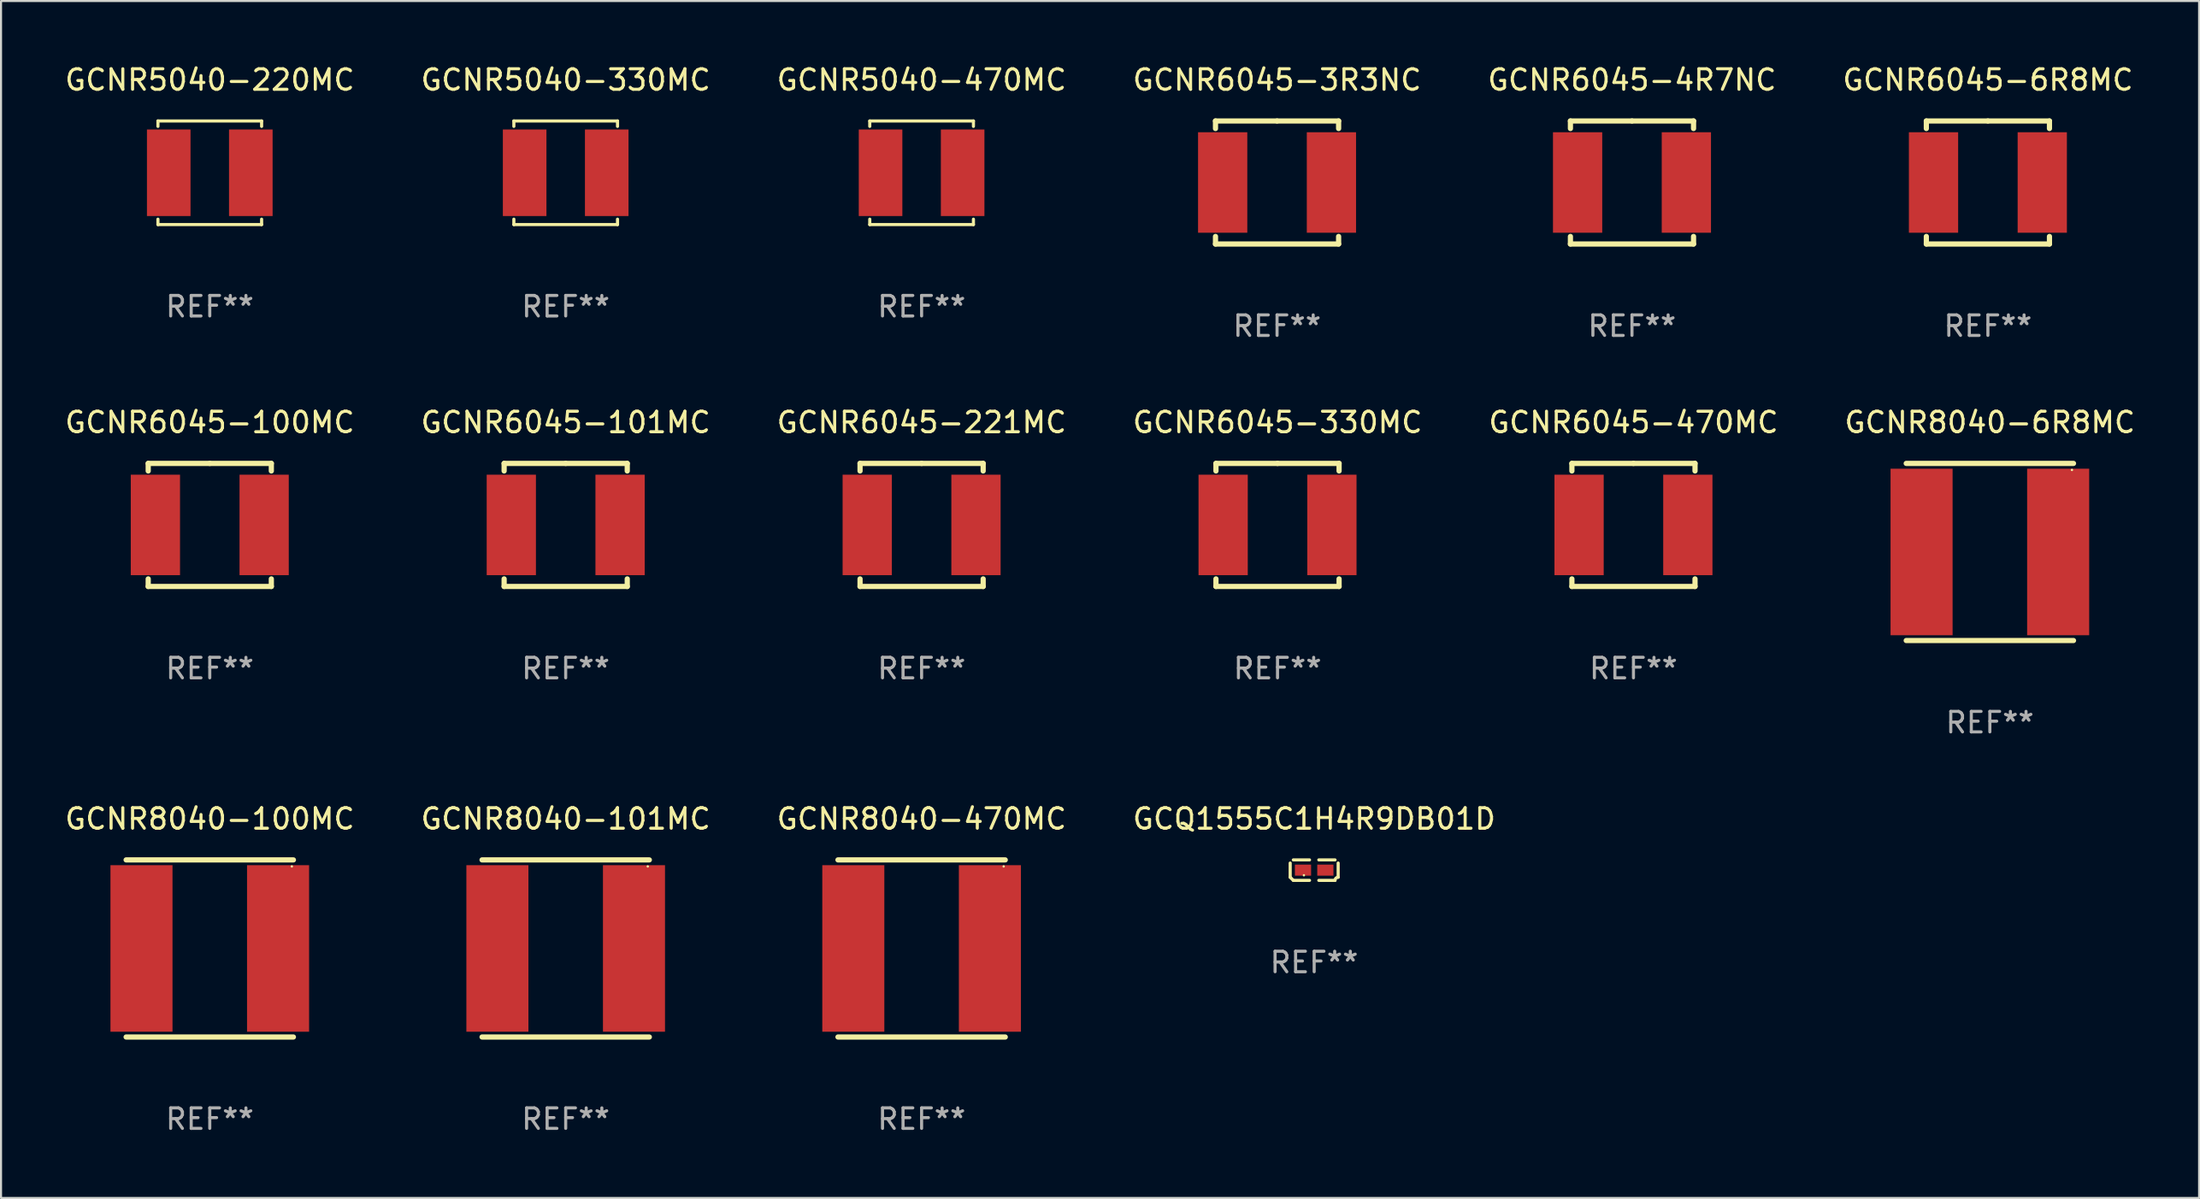
<source format=kicad_pcb>
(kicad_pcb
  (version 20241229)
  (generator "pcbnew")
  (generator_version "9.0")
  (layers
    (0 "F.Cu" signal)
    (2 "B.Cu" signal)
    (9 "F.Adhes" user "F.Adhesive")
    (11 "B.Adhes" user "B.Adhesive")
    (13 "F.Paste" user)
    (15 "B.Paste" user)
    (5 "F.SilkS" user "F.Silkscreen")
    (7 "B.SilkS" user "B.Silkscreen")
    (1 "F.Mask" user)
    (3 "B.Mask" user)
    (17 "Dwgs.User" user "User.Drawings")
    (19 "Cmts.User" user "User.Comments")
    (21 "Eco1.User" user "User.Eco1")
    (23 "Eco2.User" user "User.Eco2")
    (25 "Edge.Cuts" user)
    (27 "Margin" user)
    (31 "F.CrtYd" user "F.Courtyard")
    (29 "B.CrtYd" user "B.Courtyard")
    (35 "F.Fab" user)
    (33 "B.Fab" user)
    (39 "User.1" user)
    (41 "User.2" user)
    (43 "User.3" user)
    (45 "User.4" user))
  (footprint "GCNR6045-4R7NC"
    (layer "F.Cu")
    (at 76.482 5.848)
    (property "Reference" "GCNR6045-4R7NC" (at 0 -5 0) (layer "F.SilkS") (effects (font (size 1 1) (thickness 0.15))))
    (attr through_hole)
    (fp_line (start -3 -3) (end 0 -3) (stroke (width 0.254) (type solid)) (layer "F.SilkS"))
    (fp_line (start -3 -2.631) (end -3 -3) (stroke (width 0.254) (type solid)) (layer "F.SilkS"))
    (fp_line (start -3 3) (end -3 2.631) (stroke (width 0.254) (type solid)) (layer "F.SilkS"))
    (fp_line (start 0 -3) (end 3 -3) (stroke (width 0.254) (type solid)) (layer "F.SilkS"))
    (fp_line (start 3 -3) (end 3 -2.631) (stroke (width 0.254) (type solid)) (layer "F.SilkS"))
    (fp_line (start 3 2.631) (end 3 3) (stroke (width 0.254) (type solid)) (layer "F.SilkS"))
    (fp_line (start 3 3) (end -3 3) (stroke (width 0.254) (type solid)) (layer "F.SilkS"))
    (fp_circle (center -3 3) (end -2.97 3) (stroke (width 0.06) (type solid)) (fill no) (layer "F.SilkS"))
    (fp_text user "REF**" (at 0 7 0) (layer "F.Fab") (effects (font (size 1 1) (thickness 0.15))))
    (pad "1" smd rect (at -2.65 0) (size 2.4 4.9) (layers "F.Cu" "F.Mask" "F.Paste"))
    (pad "2" smd rect (at 2.65 0) (size 2.4 4.9) (layers "F.Cu" "F.Mask" "F.Paste")))
  (footprint "GCNR8040-470MC"
    (layer "F.Cu")
    (at 41.863 43.195)
    (property "Reference" "GCNR8040-470MC" (at 0 -6.318 0) (layer "F.SilkS") (effects (font (size 1 1) (thickness 0.15))))
    (attr through_hole)
    (fp_line (start -4.076 -4.318) (end 4.076 -4.318) (stroke (width 0.254) (type solid)) (layer "F.SilkS"))
    (fp_line (start -4.076 4.318) (end 4.076 4.318) (stroke (width 0.254) (type solid)) (layer "F.SilkS"))
    (fp_circle (center 4 -4) (end 4.03 -4) (stroke (width 0.06) (type solid)) (fill no) (layer "F.SilkS"))
    (fp_text user "REF**" (at 0 8.318 0) (layer "F.Fab") (effects (font (size 1 1) (thickness 0.15))))
    (pad "1" smd rect (at 3.328 0) (size 3.024 8.12) (layers "F.Cu" "F.Mask" "F.Paste"))
    (pad "2" smd rect (at -3.328 0) (size 3.024 8.12) (layers "F.Cu" "F.Mask" "F.Paste")))
  (footprint "GCNR6045-3R3NC"
    (layer "F.Cu")
    (at 59.185 5.848)
    (property "Reference" "GCNR6045-3R3NC" (at 0 -5 0) (layer "F.SilkS") (effects (font (size 1 1) (thickness 0.15))))
    (attr through_hole)
    (fp_line (start -3 -3) (end 0 -3) (stroke (width 0.254) (type solid)) (layer "F.SilkS"))
    (fp_line (start -3 -2.631) (end -3 -3) (stroke (width 0.254) (type solid)) (layer "F.SilkS"))
    (fp_line (start -3 3) (end -3 2.631) (stroke (width 0.254) (type solid)) (layer "F.SilkS"))
    (fp_line (start 0 -3) (end 3 -3) (stroke (width 0.254) (type solid)) (layer "F.SilkS"))
    (fp_line (start 3 -3) (end 3 -2.631) (stroke (width 0.254) (type solid)) (layer "F.SilkS"))
    (fp_line (start 3 2.631) (end 3 3) (stroke (width 0.254) (type solid)) (layer "F.SilkS"))
    (fp_line (start 3 3) (end -3 3) (stroke (width 0.254) (type solid)) (layer "F.SilkS"))
    (fp_circle (center -3 3) (end -2.97 3) (stroke (width 0.06) (type solid)) (fill no) (layer "F.SilkS"))
    (fp_text user "REF**" (at 0 7 0) (layer "F.Fab") (effects (font (size 1 1) (thickness 0.15))))
    (pad "1" smd rect (at -2.65 0) (size 2.4 4.9) (layers "F.Cu" "F.Mask" "F.Paste"))
    (pad "2" smd rect (at 2.65 0) (size 2.4 4.9) (layers "F.Cu" "F.Mask" "F.Paste")))
  (footprint "GCNR6045-101MC"
    (layer "F.Cu")
    (at 24.518 22.545)
    (property "Reference" "GCNR6045-101MC" (at 0 -5 0) (layer "F.SilkS") (effects (font (size 1 1) (thickness 0.15))))
    (attr through_hole)
    (fp_line (start -3 -3) (end 0 -3) (stroke (width 0.254) (type solid)) (layer "F.SilkS"))
    (fp_line (start -3 -2.631) (end -3 -3) (stroke (width 0.254) (type solid)) (layer "F.SilkS"))
    (fp_line (start -3 3) (end -3 2.631) (stroke (width 0.254) (type solid)) (layer "F.SilkS"))
    (fp_line (start 0 -3) (end 3 -3) (stroke (width 0.254) (type solid)) (layer "F.SilkS"))
    (fp_line (start 3 -3) (end 3 -2.631) (stroke (width 0.254) (type solid)) (layer "F.SilkS"))
    (fp_line (start 3 2.631) (end 3 3) (stroke (width 0.254) (type solid)) (layer "F.SilkS"))
    (fp_line (start 3 3) (end -3 3) (stroke (width 0.254) (type solid)) (layer "F.SilkS"))
    (fp_circle (center -3 3) (end -2.97 3) (stroke (width 0.06) (type solid)) (fill no) (layer "F.SilkS"))
    (fp_text user "REF**" (at 0 7 0) (layer "F.Fab") (effects (font (size 1 1) (thickness 0.15))))
    (pad "1" smd rect (at -2.65 0) (size 2.4 4.9) (layers "F.Cu" "F.Mask" "F.Paste"))
    (pad "2" smd rect (at 2.65 0) (size 2.4 4.9) (layers "F.Cu" "F.Mask" "F.Paste")))
  (footprint "GCNR5040-330MC"
    (layer "F.Cu")
    (at 24.518 5.374)
    (property "Reference" "GCNR5040-330MC" (at 0 -4.526 0) (layer "F.SilkS") (effects (font (size 1 1) (thickness 0.15))))
    (attr through_hole)
    (fp_line (start -2.526 -2.526) (end 2.526 -2.526) (stroke (width 0.152) (type solid)) (layer "F.SilkS"))
    (fp_line (start -2.526 -2.262) (end -2.526 -2.526) (stroke (width 0.152) (type solid)) (layer "F.SilkS"))
    (fp_line (start -2.526 2.262) (end -2.526 2.526) (stroke (width 0.152) (type solid)) (layer "F.SilkS"))
    (fp_line (start -2.526 2.526) (end 2.526 2.526) (stroke (width 0.152) (type solid)) (layer "F.SilkS"))
    (fp_line (start 2.526 -2.526) (end 2.526 -2.262) (stroke (width 0.152) (type solid)) (layer "F.SilkS"))
    (fp_line (start 2.526 2.526) (end 2.526 2.262) (stroke (width 0.152) (type solid)) (layer "F.SilkS"))
    (fp_circle (center 2.5 -2.5) (end 2.53 -2.5) (stroke (width 0.06) (type solid)) (fill no) (layer "F.SilkS"))
    (fp_text user "REF**" (at 0 6.526 0) (layer "F.Fab") (effects (font (size 1 1) (thickness 0.15))))
    (pad "1" smd rect (at 2 0) (size 2.124 4.22) (layers "F.Cu" "F.Mask" "F.Paste"))
    (pad "2" smd rect (at -2 0) (size 2.124 4.22) (layers "F.Cu" "F.Mask" "F.Paste")))
  (footprint "GCNR5040-220MC"
    (layer "F.Cu")
    (at 7.173 5.374)
    (property "Reference" "GCNR5040-220MC" (at 0 -4.526 0) (layer "F.SilkS") (effects (font (size 1 1) (thickness 0.15))))
    (attr through_hole)
    (fp_line (start -2.526 -2.526) (end 2.526 -2.526) (stroke (width 0.152) (type solid)) (layer "F.SilkS"))
    (fp_line (start -2.526 -2.262) (end -2.526 -2.526) (stroke (width 0.152) (type solid)) (layer "F.SilkS"))
    (fp_line (start -2.526 2.262) (end -2.526 2.526) (stroke (width 0.152) (type solid)) (layer "F.SilkS"))
    (fp_line (start -2.526 2.526) (end 2.526 2.526) (stroke (width 0.152) (type solid)) (layer "F.SilkS"))
    (fp_line (start 2.526 -2.526) (end 2.526 -2.262) (stroke (width 0.152) (type solid)) (layer "F.SilkS"))
    (fp_line (start 2.526 2.526) (end 2.526 2.262) (stroke (width 0.152) (type solid)) (layer "F.SilkS"))
    (fp_circle (center 2.5 -2.5) (end 2.53 -2.5) (stroke (width 0.06) (type solid)) (fill no) (layer "F.SilkS"))
    (fp_text user "REF**" (at 0 6.526 0) (layer "F.Fab") (effects (font (size 1 1) (thickness 0.15))))
    (pad "1" smd rect (at 2 0) (size 2.124 4.22) (layers "F.Cu" "F.Mask" "F.Paste"))
    (pad "2" smd rect (at -2 0) (size 2.124 4.22) (layers "F.Cu" "F.Mask" "F.Paste")))
  (footprint "GCNR8040-100MC"
    (layer "F.Cu")
    (at 7.173 43.195)
    (property "Reference" "GCNR8040-100MC" (at 0 -6.318 0) (layer "F.SilkS") (effects (font (size 1 1) (thickness 0.15))))
    (attr through_hole)
    (fp_line (start -4.076 -4.318) (end 4.076 -4.318) (stroke (width 0.254) (type solid)) (layer "F.SilkS"))
    (fp_line (start -4.076 4.318) (end 4.076 4.318) (stroke (width 0.254) (type solid)) (layer "F.SilkS"))
    (fp_circle (center 4 -4) (end 4.03 -4) (stroke (width 0.06) (type solid)) (fill no) (layer "F.SilkS"))
    (fp_text user "REF**" (at 0 8.318 0) (layer "F.Fab") (effects (font (size 1 1) (thickness 0.15))))
    (pad "1" smd rect (at 3.328 0) (size 3.024 8.12) (layers "F.Cu" "F.Mask" "F.Paste"))
    (pad "2" smd rect (at -3.328 0) (size 3.024 8.12) (layers "F.Cu" "F.Mask" "F.Paste")))
  (footprint "GCNR6045-100MC"
    (layer "F.Cu")
    (at 7.173 22.545)
    (property "Reference" "GCNR6045-100MC" (at 0 -5 0) (layer "F.SilkS") (effects (font (size 1 1) (thickness 0.15))))
    (attr through_hole)
    (fp_line (start -3 -3) (end 0 -3) (stroke (width 0.254) (type solid)) (layer "F.SilkS"))
    (fp_line (start -3 -2.631) (end -3 -3) (stroke (width 0.254) (type solid)) (layer "F.SilkS"))
    (fp_line (start -3 3) (end -3 2.631) (stroke (width 0.254) (type solid)) (layer "F.SilkS"))
    (fp_line (start 0 -3) (end 3 -3) (stroke (width 0.254) (type solid)) (layer "F.SilkS"))
    (fp_line (start 3 -3) (end 3 -2.631) (stroke (width 0.254) (type solid)) (layer "F.SilkS"))
    (fp_line (start 3 2.631) (end 3 3) (stroke (width 0.254) (type solid)) (layer "F.SilkS"))
    (fp_line (start 3 3) (end -3 3) (stroke (width 0.254) (type solid)) (layer "F.SilkS"))
    (fp_circle (center -3 3) (end -2.97 3) (stroke (width 0.06) (type solid)) (fill no) (layer "F.SilkS"))
    (fp_text user "REF**" (at 0 7 0) (layer "F.Fab") (effects (font (size 1 1) (thickness 0.15))))
    (pad "1" smd rect (at -2.65 0) (size 2.4 4.9) (layers "F.Cu" "F.Mask" "F.Paste"))
    (pad "2" smd rect (at 2.65 0) (size 2.4 4.9) (layers "F.Cu" "F.Mask" "F.Paste")))
  (footprint "GCNR6045-6R8MC"
    (layer "F.Cu")
    (at 93.827 5.848)
    (property "Reference" "GCNR6045-6R8MC" (at 0 -5 0) (layer "F.SilkS") (effects (font (size 1 1) (thickness 0.15))))
    (attr through_hole)
    (fp_line (start -3 -3) (end 0 -3) (stroke (width 0.254) (type solid)) (layer "F.SilkS"))
    (fp_line (start -3 -2.631) (end -3 -3) (stroke (width 0.254) (type solid)) (layer "F.SilkS"))
    (fp_line (start -3 3) (end -3 2.631) (stroke (width 0.254) (type solid)) (layer "F.SilkS"))
    (fp_line (start 0 -3) (end 3 -3) (stroke (width 0.254) (type solid)) (layer "F.SilkS"))
    (fp_line (start 3 -3) (end 3 -2.631) (stroke (width 0.254) (type solid)) (layer "F.SilkS"))
    (fp_line (start 3 2.631) (end 3 3) (stroke (width 0.254) (type solid)) (layer "F.SilkS"))
    (fp_line (start 3 3) (end -3 3) (stroke (width 0.254) (type solid)) (layer "F.SilkS"))
    (fp_circle (center -3 3) (end -2.97 3) (stroke (width 0.06) (type solid)) (fill no) (layer "F.SilkS"))
    (fp_text user "REF**" (at 0 7 0) (layer "F.Fab") (effects (font (size 1 1) (thickness 0.15))))
    (pad "1" smd rect (at -2.65 0) (size 2.4 4.9) (layers "F.Cu" "F.Mask" "F.Paste"))
    (pad "2" smd rect (at 2.65 0) (size 2.4 4.9) (layers "F.Cu" "F.Mask" "F.Paste")))
  (footprint "GCNR6045-221MC"
    (layer "F.Cu")
    (at 41.863 22.545)
    (property "Reference" "GCNR6045-221MC" (at 0 -5 0) (layer "F.SilkS") (effects (font (size 1 1) (thickness 0.15))))
    (attr through_hole)
    (fp_line (start -3 -3) (end 0 -3) (stroke (width 0.254) (type solid)) (layer "F.SilkS"))
    (fp_line (start -3 -2.631) (end -3 -3) (stroke (width 0.254) (type solid)) (layer "F.SilkS"))
    (fp_line (start -3 3) (end -3 2.631) (stroke (width 0.254) (type solid)) (layer "F.SilkS"))
    (fp_line (start 0 -3) (end 3 -3) (stroke (width 0.254) (type solid)) (layer "F.SilkS"))
    (fp_line (start 3 -3) (end 3 -2.631) (stroke (width 0.254) (type solid)) (layer "F.SilkS"))
    (fp_line (start 3 2.631) (end 3 3) (stroke (width 0.254) (type solid)) (layer "F.SilkS"))
    (fp_line (start 3 3) (end -3 3) (stroke (width 0.254) (type solid)) (layer "F.SilkS"))
    (fp_circle (center -3 3) (end -2.97 3) (stroke (width 0.06) (type solid)) (fill no) (layer "F.SilkS"))
    (fp_text user "REF**" (at 0 7 0) (layer "F.Fab") (effects (font (size 1 1) (thickness 0.15))))
    (pad "1" smd rect (at -2.65 0) (size 2.4 4.9) (layers "F.Cu" "F.Mask" "F.Paste"))
    (pad "2" smd rect (at 2.65 0) (size 2.4 4.9) (layers "F.Cu" "F.Mask" "F.Paste")))
  (footprint "GCNR6045-330MC"
    (layer "F.Cu")
    (at 59.208 22.545)
    (property "Reference" "GCNR6045-330MC" (at 0 -5 0) (layer "F.SilkS") (effects (font (size 1 1) (thickness 0.15))))
    (attr through_hole)
    (fp_line (start -3 -3) (end 0 -3) (stroke (width 0.254) (type solid)) (layer "F.SilkS"))
    (fp_line (start -3 -2.631) (end -3 -3) (stroke (width 0.254) (type solid)) (layer "F.SilkS"))
    (fp_line (start -3 3) (end -3 2.631) (stroke (width 0.254) (type solid)) (layer "F.SilkS"))
    (fp_line (start 0 -3) (end 3 -3) (stroke (width 0.254) (type solid)) (layer "F.SilkS"))
    (fp_line (start 3 -3) (end 3 -2.631) (stroke (width 0.254) (type solid)) (layer "F.SilkS"))
    (fp_line (start 3 2.631) (end 3 3) (stroke (width 0.254) (type solid)) (layer "F.SilkS"))
    (fp_line (start 3 3) (end -3 3) (stroke (width 0.254) (type solid)) (layer "F.SilkS"))
    (fp_circle (center -3 3) (end -2.97 3) (stroke (width 0.06) (type solid)) (fill no) (layer "F.SilkS"))
    (fp_text user "REF**" (at 0 7 0) (layer "F.Fab") (effects (font (size 1 1) (thickness 0.15))))
    (pad "1" smd rect (at -2.65 0) (size 2.4 4.9) (layers "F.Cu" "F.Mask" "F.Paste"))
    (pad "2" smd rect (at 2.65 0) (size 2.4 4.9) (layers "F.Cu" "F.Mask" "F.Paste")))
  (footprint "GCNR6045-470MC"
    (layer "F.Cu")
    (at 76.554 22.545)
    (property "Reference" "GCNR6045-470MC" (at 0 -5 0) (layer "F.SilkS") (effects (font (size 1 1) (thickness 0.15))))
    (attr through_hole)
    (fp_line (start -3 -3) (end 0 -3) (stroke (width 0.254) (type solid)) (layer "F.SilkS"))
    (fp_line (start -3 -2.631) (end -3 -3) (stroke (width 0.254) (type solid)) (layer "F.SilkS"))
    (fp_line (start -3 3) (end -3 2.631) (stroke (width 0.254) (type solid)) (layer "F.SilkS"))
    (fp_line (start 0 -3) (end 3 -3) (stroke (width 0.254) (type solid)) (layer "F.SilkS"))
    (fp_line (start 3 -3) (end 3 -2.631) (stroke (width 0.254) (type solid)) (layer "F.SilkS"))
    (fp_line (start 3 2.631) (end 3 3) (stroke (width 0.254) (type solid)) (layer "F.SilkS"))
    (fp_line (start 3 3) (end -3 3) (stroke (width 0.254) (type solid)) (layer "F.SilkS"))
    (fp_circle (center -3 3) (end -2.97 3) (stroke (width 0.06) (type solid)) (fill no) (layer "F.SilkS"))
    (fp_text user "REF**" (at 0 7 0) (layer "F.Fab") (effects (font (size 1 1) (thickness 0.15))))
    (pad "1" smd rect (at -2.65 0) (size 2.4 4.9) (layers "F.Cu" "F.Mask" "F.Paste"))
    (pad "2" smd rect (at 2.65 0) (size 2.4 4.9) (layers "F.Cu" "F.Mask" "F.Paste")))
  (footprint "GCNR8040-101MC"
    (layer "F.Cu")
    (at 24.518 43.195)
    (property "Reference" "GCNR8040-101MC" (at 0 -6.318 0) (layer "F.SilkS") (effects (font (size 1 1) (thickness 0.15))))
    (attr through_hole)
    (fp_line (start -4.076 -4.318) (end 4.076 -4.318) (stroke (width 0.254) (type solid)) (layer "F.SilkS"))
    (fp_line (start -4.076 4.318) (end 4.076 4.318) (stroke (width 0.254) (type solid)) (layer "F.SilkS"))
    (fp_circle (center 4 -4) (end 4.03 -4) (stroke (width 0.06) (type solid)) (fill no) (layer "F.SilkS"))
    (fp_text user "REF**" (at 0 8.318 0) (layer "F.Fab") (effects (font (size 1 1) (thickness 0.15))))
    (pad "1" smd rect (at 3.328 0) (size 3.024 8.12) (layers "F.Cu" "F.Mask" "F.Paste"))
    (pad "2" smd rect (at -3.328 0) (size 3.024 8.12) (layers "F.Cu" "F.Mask" "F.Paste")))
  (footprint "GCQ1555C1H4R9DB01D"
    (layer "F.Cu")
    (at 60.994 39.376)
    (property "Reference" "GCQ1555C1H4R9DB01D" (at 0 -2.499 0) (layer "F.SilkS") (effects (font (size 1 1) (thickness 0.15))))
    (attr through_hole)
    (fp_line (start -1.169 0.346) (end -1.169 -0.346) (stroke (width 0.152) (type solid)) (layer "F.SilkS"))
    (fp_line (start -1.016 -0.499) (end -0.226 -0.499) (stroke (width 0.152) (type solid)) (layer "F.SilkS"))
    (fp_line (start -0.226 0.499) (end -1.016 0.499) (stroke (width 0.152) (type solid)) (layer "F.SilkS"))
    (fp_line (start 0.226 0.499) (end 1.016 0.499) (stroke (width 0.152) (type solid)) (layer "F.SilkS"))
    (fp_line (start 1.016 -0.499) (end 0.226 -0.499) (stroke (width 0.152) (type solid)) (layer "F.SilkS"))
    (fp_line (start 1.169 0.346) (end 1.169 -0.346) (stroke (width 0.152) (type solid)) (layer "F.SilkS"))
    (fp_arc (start -1.016307 0.498603) (mid -1.092512 0.422405) (end -1.16871 0.3462) (stroke (width 0.1524) (type solid)) (layer "F.SilkS"))
    (fp_arc (start 1.016307 0.498603) (mid 1.060899 0.390758) (end 1.168707 0.346076) (stroke (width 0.1524) (type solid)) (layer "F.SilkS"))
    (fp_circle (center -0.5 0.25) (end -0.47 0.25) (stroke (width 0.06) (type solid)) (fill no) (layer "F.SilkS"))
    (fp_text user "REF**" (at 0 4.499 0) (layer "F.Fab") (effects (font (size 1 1) (thickness 0.15))))
    (pad "1" smd rect (at -0.545 0) (size 0.79 0.54) (layers "F.Cu" "F.Mask" "F.Paste"))
    (pad "2" smd rect (at 0.545 0) (size 0.79 0.54) (layers "F.Cu" "F.Mask" "F.Paste")))
  (footprint "GCNR5040-470MC"
    (layer "F.Cu")
    (at 41.863 5.374)
    (property "Reference" "GCNR5040-470MC" (at 0 -4.526 0) (layer "F.SilkS") (effects (font (size 1 1) (thickness 0.15))))
    (attr through_hole)
    (fp_line (start -2.526 -2.526) (end 2.526 -2.526) (stroke (width 0.152) (type solid)) (layer "F.SilkS"))
    (fp_line (start -2.526 -2.262) (end -2.526 -2.526) (stroke (width 0.152) (type solid)) (layer "F.SilkS"))
    (fp_line (start -2.526 2.262) (end -2.526 2.526) (stroke (width 0.152) (type solid)) (layer "F.SilkS"))
    (fp_line (start -2.526 2.526) (end 2.526 2.526) (stroke (width 0.152) (type solid)) (layer "F.SilkS"))
    (fp_line (start 2.526 -2.526) (end 2.526 -2.262) (stroke (width 0.152) (type solid)) (layer "F.SilkS"))
    (fp_line (start 2.526 2.526) (end 2.526 2.262) (stroke (width 0.152) (type solid)) (layer "F.SilkS"))
    (fp_circle (center 2.5 -2.5) (end 2.53 -2.5) (stroke (width 0.06) (type solid)) (fill no) (layer "F.SilkS"))
    (fp_text user "REF**" (at 0 6.526 0) (layer "F.Fab") (effects (font (size 1 1) (thickness 0.15))))
    (pad "1" smd rect (at 2 0) (size 2.124 4.22) (layers "F.Cu" "F.Mask" "F.Paste"))
    (pad "2" smd rect (at -2 0) (size 2.124 4.22) (layers "F.Cu" "F.Mask" "F.Paste")))
  (footprint "GCNR8040-6R8MC"
    (layer "F.Cu")
    (at 93.923 23.863)
    (property "Reference" "GCNR8040-6R8MC" (at 0 -6.318 0) (layer "F.SilkS") (effects (font (size 1 1) (thickness 0.15))))
    (attr through_hole)
    (fp_line (start -4.076 -4.318) (end 4.076 -4.318) (stroke (width 0.254) (type solid)) (layer "F.SilkS"))
    (fp_line (start -4.076 4.318) (end 4.076 4.318) (stroke (width 0.254) (type solid)) (layer "F.SilkS"))
    (fp_circle (center 4 -4) (end 4.03 -4) (stroke (width 0.06) (type solid)) (fill no) (layer "F.SilkS"))
    (fp_text user "REF**" (at 0 8.318 0) (layer "F.Fab") (effects (font (size 1 1) (thickness 0.15))))
    (pad "1" smd rect (at 3.328 0) (size 3.024 8.12) (layers "F.Cu" "F.Mask" "F.Paste"))
    (pad "2" smd rect (at -3.328 0) (size 3.024 8.12) (layers "F.Cu" "F.Mask" "F.Paste")))
  (gr_rect
    (start -3 -3)
    (end 104.119 55.362)
    (stroke (width 0.1) (type default))
    (fill no)
    (layer "Edge.Cuts")))
</source>
